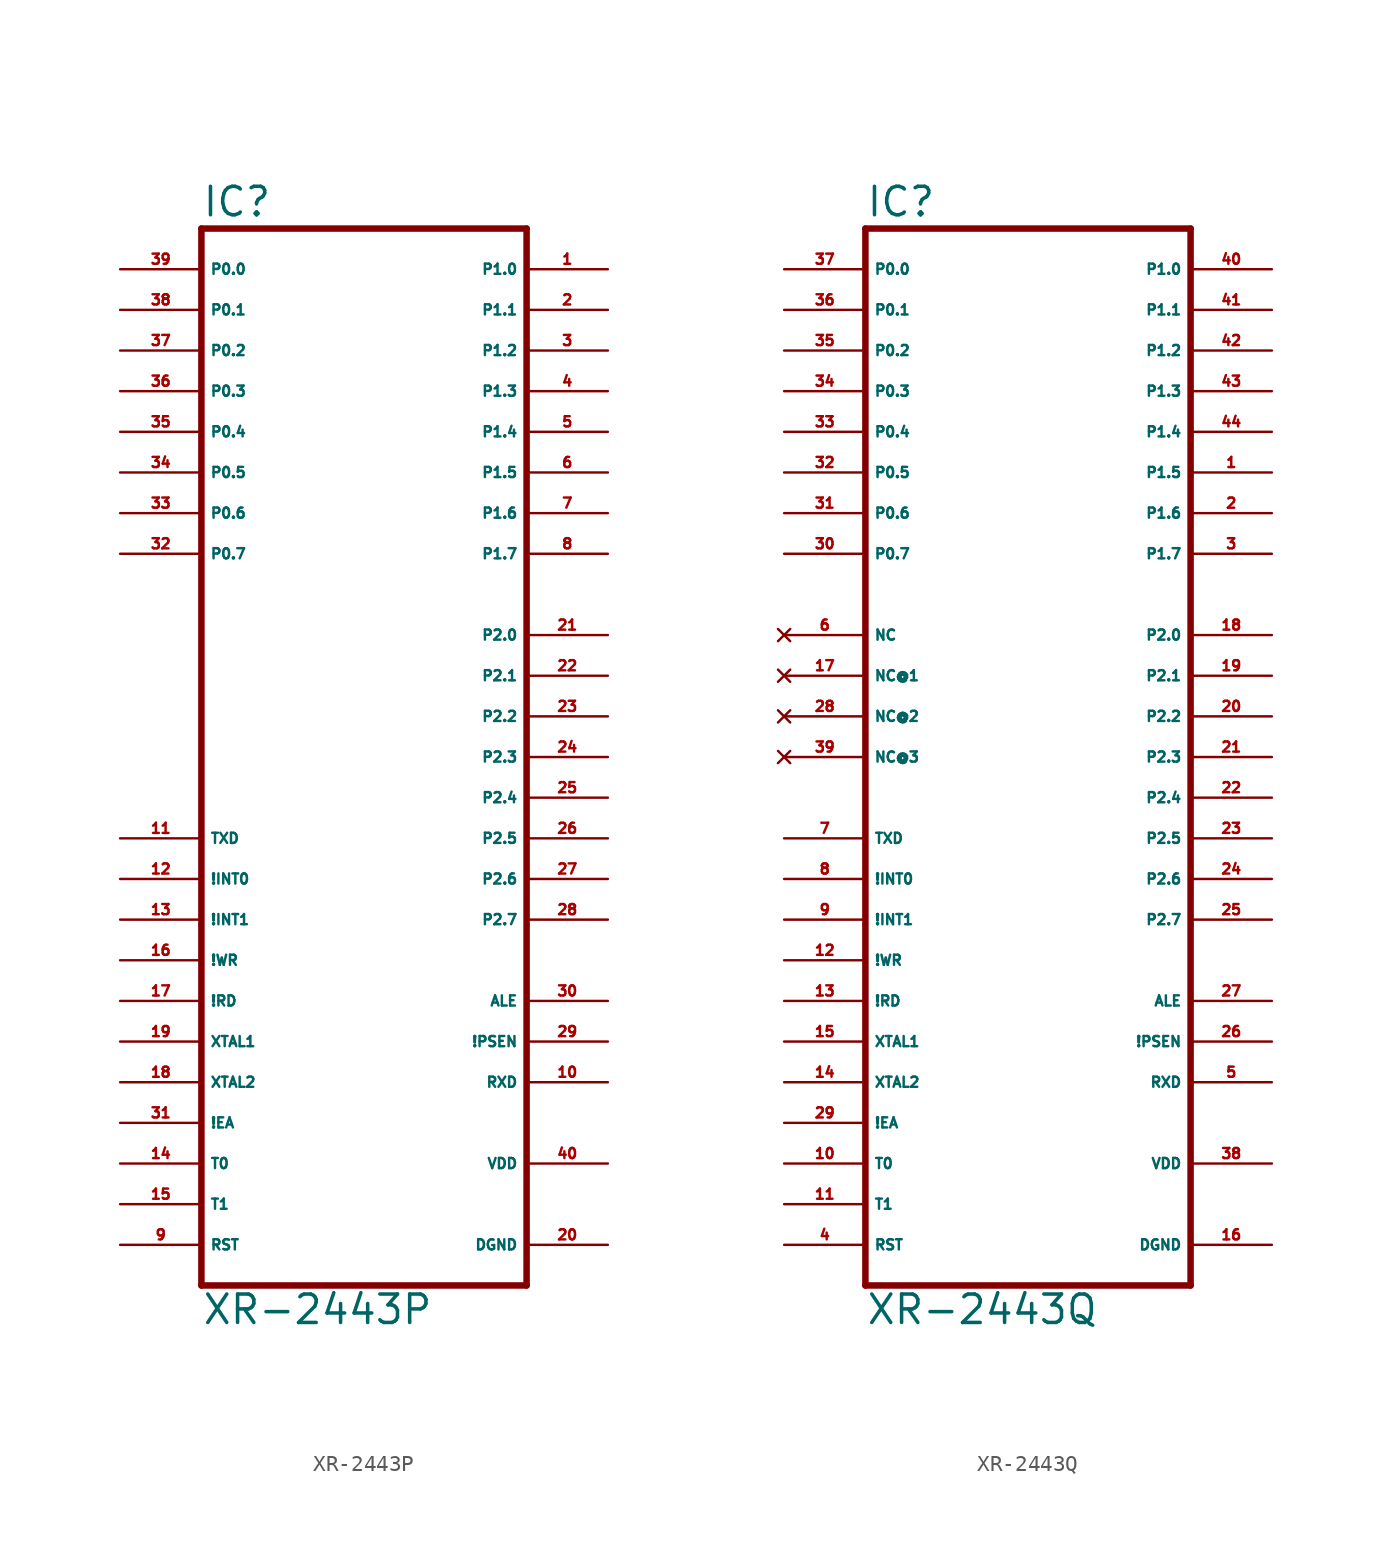
<source format=kicad_sym>
(kicad_symbol_lib
  (version 20220914)
  (generator Eagle2Kicad)
  (symbol "XR-2443P"
    (property "Reference" "IC"
      (at -10.16 31.115 0)
      (effects (font (size 1.778 1.778) (thickness 0.22)) (justify left bottom)))
    (property "Value" "XR-2443P"
      (at -10.16 -38.1 0)
      (effects (font (size 1.778 1.778) (thickness 0.22)) (justify left bottom)))
    (polyline
      (pts (xy -10.16 30.48) (xy 10.16 30.48))
      (stroke (width 0.406) (type default))
      (fill (type none)))
    (polyline
      (pts (xy 10.16 30.48) (xy 10.16 -35.56))
      (stroke (width 0.406) (type default))
      (fill (type none)))
    (polyline
      (pts (xy 10.16 -35.56) (xy -10.16 -35.56))
      (stroke (width 0.406) (type default))
      (fill (type none)))
    (polyline
      (pts (xy -10.16 -35.56) (xy -10.16 30.48))
      (stroke (width 0.406) (type default))
      (fill (type none)))
    (pin bidirectional line
      (at -15.24 27.94 0)
      (length 5.08)
      (name "P0.0" (effects (font (size 0.635 0.635) (thickness 0.08)) (justify left bottom)))
      (number "39" (effects (font (size 0.635 0.635) (thickness 0.08)) (justify left bottom))))
    (pin bidirectional line
      (at -15.24 25.4 0)
      (length 5.08)
      (name "P0.1" (effects (font (size 0.635 0.635) (thickness 0.08)) (justify left bottom)))
      (number "38" (effects (font (size 0.635 0.635) (thickness 0.08)) (justify left bottom))))
    (pin bidirectional line
      (at -15.24 22.86 0)
      (length 5.08)
      (name "P0.2" (effects (font (size 0.635 0.635) (thickness 0.08)) (justify left bottom)))
      (number "37" (effects (font (size 0.635 0.635) (thickness 0.08)) (justify left bottom))))
    (pin bidirectional line
      (at -15.24 20.32 0)
      (length 5.08)
      (name "P0.3" (effects (font (size 0.635 0.635) (thickness 0.08)) (justify left bottom)))
      (number "36" (effects (font (size 0.635 0.635) (thickness 0.08)) (justify left bottom))))
    (pin bidirectional line
      (at -15.24 17.78 0)
      (length 5.08)
      (name "P0.4" (effects (font (size 0.635 0.635) (thickness 0.08)) (justify left bottom)))
      (number "35" (effects (font (size 0.635 0.635) (thickness 0.08)) (justify left bottom))))
    (pin bidirectional line
      (at -15.24 15.24 0)
      (length 5.08)
      (name "P0.5" (effects (font (size 0.635 0.635) (thickness 0.08)) (justify left bottom)))
      (number "34" (effects (font (size 0.635 0.635) (thickness 0.08)) (justify left bottom))))
    (pin bidirectional line
      (at -15.24 12.7 0)
      (length 5.08)
      (name "P0.6" (effects (font (size 0.635 0.635) (thickness 0.08)) (justify left bottom)))
      (number "33" (effects (font (size 0.635 0.635) (thickness 0.08)) (justify left bottom))))
    (pin bidirectional line
      (at -15.24 10.16 0)
      (length 5.08)
      (name "P0.7" (effects (font (size 0.635 0.635) (thickness 0.08)) (justify left bottom)))
      (number "32" (effects (font (size 0.635 0.635) (thickness 0.08)) (justify left bottom))))
    (pin bidirectional line
      (at 15.24 25.4 180)
      (length 5.08)
      (name "P1.1" (effects (font (size 0.635 0.635) (thickness 0.08)) (justify left bottom)))
      (number "2" (effects (font (size 0.635 0.635) (thickness 0.08)) (justify left bottom))))
    (pin bidirectional line
      (at 15.24 22.86 180)
      (length 5.08)
      (name "P1.2" (effects (font (size 0.635 0.635) (thickness 0.08)) (justify left bottom)))
      (number "3" (effects (font (size 0.635 0.635) (thickness 0.08)) (justify left bottom))))
    (pin bidirectional line
      (at 15.24 20.32 180)
      (length 5.08)
      (name "P1.3" (effects (font (size 0.635 0.635) (thickness 0.08)) (justify left bottom)))
      (number "4" (effects (font (size 0.635 0.635) (thickness 0.08)) (justify left bottom))))
    (pin bidirectional line
      (at 15.24 17.78 180)
      (length 5.08)
      (name "P1.4" (effects (font (size 0.635 0.635) (thickness 0.08)) (justify left bottom)))
      (number "5" (effects (font (size 0.635 0.635) (thickness 0.08)) (justify left bottom))))
    (pin bidirectional line
      (at 15.24 15.24 180)
      (length 5.08)
      (name "P1.5" (effects (font (size 0.635 0.635) (thickness 0.08)) (justify left bottom)))
      (number "6" (effects (font (size 0.635 0.635) (thickness 0.08)) (justify left bottom))))
    (pin bidirectional line
      (at 15.24 12.7 180)
      (length 5.08)
      (name "P1.6" (effects (font (size 0.635 0.635) (thickness 0.08)) (justify left bottom)))
      (number "7" (effects (font (size 0.635 0.635) (thickness 0.08)) (justify left bottom))))
    (pin bidirectional line
      (at 15.24 10.16 180)
      (length 5.08)
      (name "P1.7" (effects (font (size 0.635 0.635) (thickness 0.08)) (justify left bottom)))
      (number "8" (effects (font (size 0.635 0.635) (thickness 0.08)) (justify left bottom))))
    (pin bidirectional line
      (at 15.24 27.94 180)
      (length 5.08)
      (name "P1.0" (effects (font (size 0.635 0.635) (thickness 0.08)) (justify left bottom)))
      (number "1" (effects (font (size 0.635 0.635) (thickness 0.08)) (justify left bottom))))
    (pin input line
      (at -15.24 -7.62 0)
      (length 5.08)
      (name "TXD" (effects (font (size 0.635 0.635) (thickness 0.08)) (justify left bottom)))
      (number "11" (effects (font (size 0.635 0.635) (thickness 0.08)) (justify left bottom))))
    (pin input line
      (at -15.24 -10.16 0)
      (length 5.08)
      (name "!INT0" (effects (font (size 0.635 0.635) (thickness 0.08)) (justify left bottom)))
      (number "12" (effects (font (size 0.635 0.635) (thickness 0.08)) (justify left bottom))))
    (pin input line
      (at -15.24 -12.7 0)
      (length 5.08)
      (name "!INT1" (effects (font (size 0.635 0.635) (thickness 0.08)) (justify left bottom)))
      (number "13" (effects (font (size 0.635 0.635) (thickness 0.08)) (justify left bottom))))
    (pin input line
      (at -15.24 -15.24 0)
      (length 5.08)
      (name "!WR" (effects (font (size 0.635 0.635) (thickness 0.08)) (justify left bottom)))
      (number "16" (effects (font (size 0.635 0.635) (thickness 0.08)) (justify left bottom))))
    (pin input line
      (at -15.24 -17.78 0)
      (length 5.08)
      (name "!RD" (effects (font (size 0.635 0.635) (thickness 0.08)) (justify left bottom)))
      (number "17" (effects (font (size 0.635 0.635) (thickness 0.08)) (justify left bottom))))
    (pin input line
      (at -15.24 -20.32 0)
      (length 5.08)
      (name "XTAL1" (effects (font (size 0.635 0.635) (thickness 0.08)) (justify left bottom)))
      (number "19" (effects (font (size 0.635 0.635) (thickness 0.08)) (justify left bottom))))
    (pin input line
      (at -15.24 -22.86 0)
      (length 5.08)
      (name "XTAL2" (effects (font (size 0.635 0.635) (thickness 0.08)) (justify left bottom)))
      (number "18" (effects (font (size 0.635 0.635) (thickness 0.08)) (justify left bottom))))
    (pin output line
      (at 15.24 -20.32 180)
      (length 5.08)
      (name "!PSEN" (effects (font (size 0.635 0.635) (thickness 0.08)) (justify left bottom)))
      (number "29" (effects (font (size 0.635 0.635) (thickness 0.08)) (justify left bottom))))
    (pin output line
      (at 15.24 -17.78 180)
      (length 5.08)
      (name "ALE" (effects (font (size 0.635 0.635) (thickness 0.08)) (justify left bottom)))
      (number "30" (effects (font (size 0.635 0.635) (thickness 0.08)) (justify left bottom))))
    (pin input line
      (at -15.24 -25.4 0)
      (length 5.08)
      (name "!EA" (effects (font (size 0.635 0.635) (thickness 0.08)) (justify left bottom)))
      (number "31" (effects (font (size 0.635 0.635) (thickness 0.08)) (justify left bottom))))
    (pin bidirectional line
      (at 15.24 5.08 180)
      (length 5.08)
      (name "P2.0" (effects (font (size 0.635 0.635) (thickness 0.08)) (justify left bottom)))
      (number "21" (effects (font (size 0.635 0.635) (thickness 0.08)) (justify left bottom))))
    (pin bidirectional line
      (at 15.24 2.54 180)
      (length 5.08)
      (name "P2.1" (effects (font (size 0.635 0.635) (thickness 0.08)) (justify left bottom)))
      (number "22" (effects (font (size 0.635 0.635) (thickness 0.08)) (justify left bottom))))
    (pin bidirectional line
      (at 15.24 0 180)
      (length 5.08)
      (name "P2.2" (effects (font (size 0.635 0.635) (thickness 0.08)) (justify left bottom)))
      (number "23" (effects (font (size 0.635 0.635) (thickness 0.08)) (justify left bottom))))
    (pin bidirectional line
      (at 15.24 -2.54 180)
      (length 5.08)
      (name "P2.3" (effects (font (size 0.635 0.635) (thickness 0.08)) (justify left bottom)))
      (number "24" (effects (font (size 0.635 0.635) (thickness 0.08)) (justify left bottom))))
    (pin bidirectional line
      (at 15.24 -5.08 180)
      (length 5.08)
      (name "P2.4" (effects (font (size 0.635 0.635) (thickness 0.08)) (justify left bottom)))
      (number "25" (effects (font (size 0.635 0.635) (thickness 0.08)) (justify left bottom))))
    (pin bidirectional line
      (at 15.24 -7.62 180)
      (length 5.08)
      (name "P2.5" (effects (font (size 0.635 0.635) (thickness 0.08)) (justify left bottom)))
      (number "26" (effects (font (size 0.635 0.635) (thickness 0.08)) (justify left bottom))))
    (pin bidirectional line
      (at 15.24 -10.16 180)
      (length 5.08)
      (name "P2.6" (effects (font (size 0.635 0.635) (thickness 0.08)) (justify left bottom)))
      (number "27" (effects (font (size 0.635 0.635) (thickness 0.08)) (justify left bottom))))
    (pin bidirectional line
      (at 15.24 -12.7 180)
      (length 5.08)
      (name "P2.7" (effects (font (size 0.635 0.635) (thickness 0.08)) (justify left bottom)))
      (number "28" (effects (font (size 0.635 0.635) (thickness 0.08)) (justify left bottom))))
    (pin input line
      (at -15.24 -27.94 0)
      (length 5.08)
      (name "T0" (effects (font (size 0.635 0.635) (thickness 0.08)) (justify left bottom)))
      (number "14" (effects (font (size 0.635 0.635) (thickness 0.08)) (justify left bottom))))
    (pin input line
      (at -15.24 -30.48 0)
      (length 5.08)
      (name "T1" (effects (font (size 0.635 0.635) (thickness 0.08)) (justify left bottom)))
      (number "15" (effects (font (size 0.635 0.635) (thickness 0.08)) (justify left bottom))))
    (pin unspecified line
      (at 15.24 -27.94 180)
      (length 5.08)
      (name "VDD" (effects (font (size 0.635 0.635) (thickness 0.08)) (justify left bottom)))
      (number "40" (effects (font (size 0.635 0.635) (thickness 0.08)) (justify left bottom))))
    (pin unspecified line
      (at 15.24 -33.02 180)
      (length 5.08)
      (name "DGND" (effects (font (size 0.635 0.635) (thickness 0.08)) (justify left bottom)))
      (number "20" (effects (font (size 0.635 0.635) (thickness 0.08)) (justify left bottom))))
    (pin input line
      (at -15.24 -33.02 0)
      (length 5.08)
      (name "RST" (effects (font (size 0.635 0.635) (thickness 0.08)) (justify left bottom)))
      (number "9" (effects (font (size 0.635 0.635) (thickness 0.08)) (justify left bottom))))
    (pin output line
      (at 15.24 -22.86 180)
      (length 5.08)
      (name "RXD" (effects (font (size 0.635 0.635) (thickness 0.08)) (justify left bottom)))
      (number "10" (effects (font (size 0.635 0.635) (thickness 0.08)) (justify left bottom)))))
  (symbol "XR-2443Q"
    (property "Reference" "IC"
      (at -10.16 31.115 0)
      (effects (font (size 1.778 1.778) (thickness 0.22)) (justify left bottom)))
    (property "Value" "XR-2443Q"
      (at -10.16 -38.1 0)
      (effects (font (size 1.778 1.778) (thickness 0.22)) (justify left bottom)))
    (polyline
      (pts (xy -10.16 30.48) (xy 10.16 30.48))
      (stroke (width 0.406) (type default))
      (fill (type none)))
    (polyline
      (pts (xy 10.16 30.48) (xy 10.16 -35.56))
      (stroke (width 0.406) (type default))
      (fill (type none)))
    (polyline
      (pts (xy 10.16 -35.56) (xy -10.16 -35.56))
      (stroke (width 0.406) (type default))
      (fill (type none)))
    (polyline
      (pts (xy -10.16 -35.56) (xy -10.16 30.48))
      (stroke (width 0.406) (type default))
      (fill (type none)))
    (pin bidirectional line
      (at -15.24 27.94 0)
      (length 5.08)
      (name "P0.0" (effects (font (size 0.635 0.635) (thickness 0.08)) (justify left bottom)))
      (number "37" (effects (font (size 0.635 0.635) (thickness 0.08)) (justify left bottom))))
    (pin bidirectional line
      (at -15.24 25.4 0)
      (length 5.08)
      (name "P0.1" (effects (font (size 0.635 0.635) (thickness 0.08)) (justify left bottom)))
      (number "36" (effects (font (size 0.635 0.635) (thickness 0.08)) (justify left bottom))))
    (pin bidirectional line
      (at -15.24 22.86 0)
      (length 5.08)
      (name "P0.2" (effects (font (size 0.635 0.635) (thickness 0.08)) (justify left bottom)))
      (number "35" (effects (font (size 0.635 0.635) (thickness 0.08)) (justify left bottom))))
    (pin bidirectional line
      (at -15.24 20.32 0)
      (length 5.08)
      (name "P0.3" (effects (font (size 0.635 0.635) (thickness 0.08)) (justify left bottom)))
      (number "34" (effects (font (size 0.635 0.635) (thickness 0.08)) (justify left bottom))))
    (pin bidirectional line
      (at -15.24 17.78 0)
      (length 5.08)
      (name "P0.4" (effects (font (size 0.635 0.635) (thickness 0.08)) (justify left bottom)))
      (number "33" (effects (font (size 0.635 0.635) (thickness 0.08)) (justify left bottom))))
    (pin bidirectional line
      (at -15.24 15.24 0)
      (length 5.08)
      (name "P0.5" (effects (font (size 0.635 0.635) (thickness 0.08)) (justify left bottom)))
      (number "32" (effects (font (size 0.635 0.635) (thickness 0.08)) (justify left bottom))))
    (pin bidirectional line
      (at -15.24 12.7 0)
      (length 5.08)
      (name "P0.6" (effects (font (size 0.635 0.635) (thickness 0.08)) (justify left bottom)))
      (number "31" (effects (font (size 0.635 0.635) (thickness 0.08)) (justify left bottom))))
    (pin bidirectional line
      (at -15.24 10.16 0)
      (length 5.08)
      (name "P0.7" (effects (font (size 0.635 0.635) (thickness 0.08)) (justify left bottom)))
      (number "30" (effects (font (size 0.635 0.635) (thickness 0.08)) (justify left bottom))))
    (pin bidirectional line
      (at 15.24 25.4 180)
      (length 5.08)
      (name "P1.1" (effects (font (size 0.635 0.635) (thickness 0.08)) (justify left bottom)))
      (number "41" (effects (font (size 0.635 0.635) (thickness 0.08)) (justify left bottom))))
    (pin bidirectional line
      (at 15.24 22.86 180)
      (length 5.08)
      (name "P1.2" (effects (font (size 0.635 0.635) (thickness 0.08)) (justify left bottom)))
      (number "42" (effects (font (size 0.635 0.635) (thickness 0.08)) (justify left bottom))))
    (pin bidirectional line
      (at 15.24 20.32 180)
      (length 5.08)
      (name "P1.3" (effects (font (size 0.635 0.635) (thickness 0.08)) (justify left bottom)))
      (number "43" (effects (font (size 0.635 0.635) (thickness 0.08)) (justify left bottom))))
    (pin bidirectional line
      (at 15.24 17.78 180)
      (length 5.08)
      (name "P1.4" (effects (font (size 0.635 0.635) (thickness 0.08)) (justify left bottom)))
      (number "44" (effects (font (size 0.635 0.635) (thickness 0.08)) (justify left bottom))))
    (pin bidirectional line
      (at 15.24 15.24 180)
      (length 5.08)
      (name "P1.5" (effects (font (size 0.635 0.635) (thickness 0.08)) (justify left bottom)))
      (number "1" (effects (font (size 0.635 0.635) (thickness 0.08)) (justify left bottom))))
    (pin bidirectional line
      (at 15.24 12.7 180)
      (length 5.08)
      (name "P1.6" (effects (font (size 0.635 0.635) (thickness 0.08)) (justify left bottom)))
      (number "2" (effects (font (size 0.635 0.635) (thickness 0.08)) (justify left bottom))))
    (pin bidirectional line
      (at 15.24 10.16 180)
      (length 5.08)
      (name "P1.7" (effects (font (size 0.635 0.635) (thickness 0.08)) (justify left bottom)))
      (number "3" (effects (font (size 0.635 0.635) (thickness 0.08)) (justify left bottom))))
    (pin bidirectional line
      (at 15.24 27.94 180)
      (length 5.08)
      (name "P1.0" (effects (font (size 0.635 0.635) (thickness 0.08)) (justify left bottom)))
      (number "40" (effects (font (size 0.635 0.635) (thickness 0.08)) (justify left bottom))))
    (pin input line
      (at -15.24 -7.62 0)
      (length 5.08)
      (name "TXD" (effects (font (size 0.635 0.635) (thickness 0.08)) (justify left bottom)))
      (number "7" (effects (font (size 0.635 0.635) (thickness 0.08)) (justify left bottom))))
    (pin input line
      (at -15.24 -10.16 0)
      (length 5.08)
      (name "!INT0" (effects (font (size 0.635 0.635) (thickness 0.08)) (justify left bottom)))
      (number "8" (effects (font (size 0.635 0.635) (thickness 0.08)) (justify left bottom))))
    (pin input line
      (at -15.24 -12.7 0)
      (length 5.08)
      (name "!INT1" (effects (font (size 0.635 0.635) (thickness 0.08)) (justify left bottom)))
      (number "9" (effects (font (size 0.635 0.635) (thickness 0.08)) (justify left bottom))))
    (pin input line
      (at -15.24 -15.24 0)
      (length 5.08)
      (name "!WR" (effects (font (size 0.635 0.635) (thickness 0.08)) (justify left bottom)))
      (number "12" (effects (font (size 0.635 0.635) (thickness 0.08)) (justify left bottom))))
    (pin input line
      (at -15.24 -17.78 0)
      (length 5.08)
      (name "!RD" (effects (font (size 0.635 0.635) (thickness 0.08)) (justify left bottom)))
      (number "13" (effects (font (size 0.635 0.635) (thickness 0.08)) (justify left bottom))))
    (pin input line
      (at -15.24 -20.32 0)
      (length 5.08)
      (name "XTAL1" (effects (font (size 0.635 0.635) (thickness 0.08)) (justify left bottom)))
      (number "15" (effects (font (size 0.635 0.635) (thickness 0.08)) (justify left bottom))))
    (pin input line
      (at -15.24 -22.86 0)
      (length 5.08)
      (name "XTAL2" (effects (font (size 0.635 0.635) (thickness 0.08)) (justify left bottom)))
      (number "14" (effects (font (size 0.635 0.635) (thickness 0.08)) (justify left bottom))))
    (pin output line
      (at 15.24 -20.32 180)
      (length 5.08)
      (name "!PSEN" (effects (font (size 0.635 0.635) (thickness 0.08)) (justify left bottom)))
      (number "26" (effects (font (size 0.635 0.635) (thickness 0.08)) (justify left bottom))))
    (pin output line
      (at 15.24 -17.78 180)
      (length 5.08)
      (name "ALE" (effects (font (size 0.635 0.635) (thickness 0.08)) (justify left bottom)))
      (number "27" (effects (font (size 0.635 0.635) (thickness 0.08)) (justify left bottom))))
    (pin input line
      (at -15.24 -25.4 0)
      (length 5.08)
      (name "!EA" (effects (font (size 0.635 0.635) (thickness 0.08)) (justify left bottom)))
      (number "29" (effects (font (size 0.635 0.635) (thickness 0.08)) (justify left bottom))))
    (pin bidirectional line
      (at 15.24 5.08 180)
      (length 5.08)
      (name "P2.0" (effects (font (size 0.635 0.635) (thickness 0.08)) (justify left bottom)))
      (number "18" (effects (font (size 0.635 0.635) (thickness 0.08)) (justify left bottom))))
    (pin bidirectional line
      (at 15.24 2.54 180)
      (length 5.08)
      (name "P2.1" (effects (font (size 0.635 0.635) (thickness 0.08)) (justify left bottom)))
      (number "19" (effects (font (size 0.635 0.635) (thickness 0.08)) (justify left bottom))))
    (pin bidirectional line
      (at 15.24 0 180)
      (length 5.08)
      (name "P2.2" (effects (font (size 0.635 0.635) (thickness 0.08)) (justify left bottom)))
      (number "20" (effects (font (size 0.635 0.635) (thickness 0.08)) (justify left bottom))))
    (pin bidirectional line
      (at 15.24 -2.54 180)
      (length 5.08)
      (name "P2.3" (effects (font (size 0.635 0.635) (thickness 0.08)) (justify left bottom)))
      (number "21" (effects (font (size 0.635 0.635) (thickness 0.08)) (justify left bottom))))
    (pin bidirectional line
      (at 15.24 -5.08 180)
      (length 5.08)
      (name "P2.4" (effects (font (size 0.635 0.635) (thickness 0.08)) (justify left bottom)))
      (number "22" (effects (font (size 0.635 0.635) (thickness 0.08)) (justify left bottom))))
    (pin bidirectional line
      (at 15.24 -7.62 180)
      (length 5.08)
      (name "P2.5" (effects (font (size 0.635 0.635) (thickness 0.08)) (justify left bottom)))
      (number "23" (effects (font (size 0.635 0.635) (thickness 0.08)) (justify left bottom))))
    (pin bidirectional line
      (at 15.24 -10.16 180)
      (length 5.08)
      (name "P2.6" (effects (font (size 0.635 0.635) (thickness 0.08)) (justify left bottom)))
      (number "24" (effects (font (size 0.635 0.635) (thickness 0.08)) (justify left bottom))))
    (pin bidirectional line
      (at 15.24 -12.7 180)
      (length 5.08)
      (name "P2.7" (effects (font (size 0.635 0.635) (thickness 0.08)) (justify left bottom)))
      (number "25" (effects (font (size 0.635 0.635) (thickness 0.08)) (justify left bottom))))
    (pin input line
      (at -15.24 -27.94 0)
      (length 5.08)
      (name "T0" (effects (font (size 0.635 0.635) (thickness 0.08)) (justify left bottom)))
      (number "10" (effects (font (size 0.635 0.635) (thickness 0.08)) (justify left bottom))))
    (pin input line
      (at -15.24 -30.48 0)
      (length 5.08)
      (name "T1" (effects (font (size 0.635 0.635) (thickness 0.08)) (justify left bottom)))
      (number "11" (effects (font (size 0.635 0.635) (thickness 0.08)) (justify left bottom))))
    (pin unspecified line
      (at 15.24 -27.94 180)
      (length 5.08)
      (name "VDD" (effects (font (size 0.635 0.635) (thickness 0.08)) (justify left bottom)))
      (number "38" (effects (font (size 0.635 0.635) (thickness 0.08)) (justify left bottom))))
    (pin unspecified line
      (at 15.24 -33.02 180)
      (length 5.08)
      (name "DGND" (effects (font (size 0.635 0.635) (thickness 0.08)) (justify left bottom)))
      (number "16" (effects (font (size 0.635 0.635) (thickness 0.08)) (justify left bottom))))
    (pin input line
      (at -15.24 -33.02 0)
      (length 5.08)
      (name "RST" (effects (font (size 0.635 0.635) (thickness 0.08)) (justify left bottom)))
      (number "4" (effects (font (size 0.635 0.635) (thickness 0.08)) (justify left bottom))))
    (pin output line
      (at 15.24 -22.86 180)
      (length 5.08)
      (name "RXD" (effects (font (size 0.635 0.635) (thickness 0.08)) (justify left bottom)))
      (number "5" (effects (font (size 0.635 0.635) (thickness 0.08)) (justify left bottom))))
    (pin no_connect line
      (at -15.24 5.08 0)
      (length 5.08)
      (name "NC" (effects (font (size 0.635 0.635) (thickness 0.08)) (justify left bottom) hide))
      (number "6" (effects (font (size 0.635 0.635) (thickness 0.08)) (justify left bottom) hide)))
    (pin no_connect line
      (at -15.24 2.54 0)
      (length 5.08)
      (name "NC@1" (effects (font (size 0.635 0.635) (thickness 0.08)) (justify left bottom) hide))
      (number "17" (effects (font (size 0.635 0.635) (thickness 0.08)) (justify left bottom) hide)))
    (pin no_connect line
      (at -15.24 0 0)
      (length 5.08)
      (name "NC@2" (effects (font (size 0.635 0.635) (thickness 0.08)) (justify left bottom) hide))
      (number "28" (effects (font (size 0.635 0.635) (thickness 0.08)) (justify left bottom) hide)))
    (pin no_connect line
      (at -15.24 -2.54 0)
      (length 5.08)
      (name "NC@3" (effects (font (size 0.635 0.635) (thickness 0.08)) (justify left bottom) hide))
      (number "39" (effects (font (size 0.635 0.635) (thickness 0.08)) (justify left bottom) hide)))))
</source>
